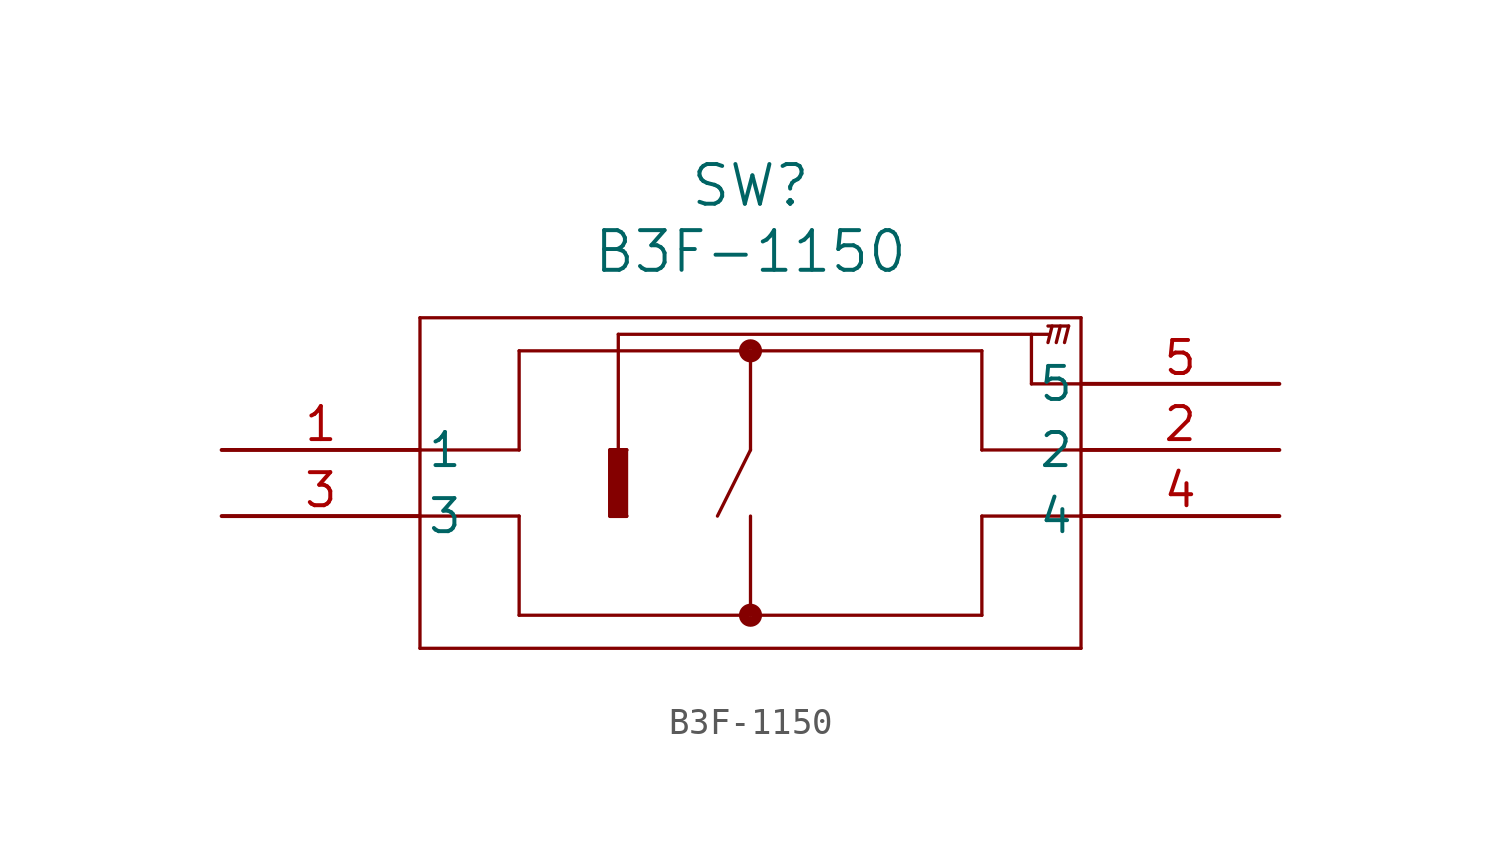
<source format=kicad_sym>
(kicad_symbol_lib
  (version 20211014)
  (generator kicad_symbol_editor)
  (symbol "B3F-1150"
    (pin_names
      (offset 0.254))
    (property "Reference" "SW"
      (at 20.32 10.16 0)
      (effects (font (size 1.524 1.524))))
    (property "Value" "B3F-1150"
      (at 20.32 7.62 0)
      (effects (font (size 1.524 1.524))))
    (symbol "B3F-1150_0_1"
      (polyline (pts (xy 7.62 5.08) (xy 7.62 -7.62)) (stroke (width 0.127) (type default) (color 0 0 0 0)) (fill (type none)))
      (polyline (pts (xy 7.62 -7.62) (xy 33.02 -7.62)) (stroke (width 0.127) (type default) (color 0 0 0 0)) (fill (type none)))
      (polyline (pts (xy 33.02 -7.62) (xy 33.02 5.08)) (stroke (width 0.127) (type default) (color 0 0 0 0)) (fill (type none)))
      (polyline (pts (xy 33.02 5.08) (xy 7.62 5.08)) (stroke (width 0.127) (type default) (color 0 0 0 0)) (fill (type none)))
      (polyline (pts (xy 7.62 0) (xy 11.43 0)) (stroke (width 0.127) (type default) (color 0 0 0 0)) (fill (type none)))
      (polyline (pts (xy 7.62 -2.54) (xy 11.43 -2.54)) (stroke (width 0.127) (type default) (color 0 0 0 0)) (fill (type none)))
      (polyline (pts (xy 33.02 0) (xy 29.21 0)) (stroke (width 0.127) (type default) (color 0 0 0 0)) (fill (type none)))
      (polyline (pts (xy 29.21 -2.54) (xy 33.02 -2.54)) (stroke (width 0.127) (type default) (color 0 0 0 0)) (fill (type none)))
      (polyline (pts (xy 29.21 0) (xy 29.21 3.81)) (stroke (width 0.127) (type default) (color 0 0 0 0)) (fill (type none)))
      (polyline (pts (xy 29.21 3.81) (xy 11.43 3.81)) (stroke (width 0.127) (type default) (color 0 0 0 0)) (fill (type none)))
      (polyline (pts (xy 11.43 0) (xy 11.43 3.81)) (stroke (width 0.127) (type default) (color 0 0 0 0)) (fill (type none)))
      (polyline (pts (xy 11.43 -2.54) (xy 11.43 -6.35)) (stroke (width 0.127) (type default) (color 0 0 0 0)) (fill (type none)))
      (polyline (pts (xy 11.43 -6.35) (xy 29.21 -6.35)) (stroke (width 0.127) (type default) (color 0 0 0 0)) (fill (type none)))
      (polyline (pts (xy 29.21 -6.35) (xy 29.21 -2.54)) (stroke (width 0.127) (type default) (color 0 0 0 0)) (fill (type none)))
      (circle (center 20.32 3.81) (radius 0.254) (stroke (width 0.381) (type default) (color 0 0 0 0)) (fill (type none)))
      (circle (center 20.32 -6.35) (radius 0.254) (stroke (width 0.381) (type default) (color 0 0 0 0)) (fill (type none)))
      (polyline (pts (xy 20.32 3.81) (xy 20.32 0)) (stroke (width 0.127) (type default) (color 0 0 0 0)) (fill (type none)))
      (polyline (pts (xy 20.32 -2.54) (xy 20.32 -6.35)) (stroke (width 0.127) (type default) (color 0 0 0 0)) (fill (type none)))
      (polyline (pts (xy 20.32 0) (xy 19.05 -2.54)) (stroke (width 0.127) (type default) (color 0 0 0 0)) (fill (type none)))
      (polyline (pts (xy 15.24 0) (xy 15.24 4.445)) (stroke (width 0.127) (type default) (color 0 0 0 0)) (fill (type none)))
      (polyline (pts (xy 15.24 4.445) (xy 31.75 4.445)) (stroke (width 0.127) (type default) (color 0 0 0 0)) (fill (type none)))
      (polyline (pts (xy 31.115 4.445) (xy 31.115 2.54)) (stroke (width 0.127) (type default) (color 0 0 0 0)) (fill (type none)))
      (polyline (pts (xy 31.115 2.54) (xy 33.02 2.54)) (stroke (width 0.127) (type default) (color 0 0 0 0)) (fill (type none)))
      (polyline (pts (xy 15.557 0) (xy 14.922 0) (xy 14.922 -2.54) (xy 15.557 -2.54)) (stroke (width 0) (type default) (color 0 0 0 0)) (fill (type outline)))
      (polyline (pts (xy 14.922 0) (xy 15.557 0)) (stroke (width 0.127) (type default) (color 0 0 0 0)) (fill (type none)))
      (polyline (pts (xy 15.557 -2.54) (xy 14.922 -2.54)) (stroke (width 0.127) (type default) (color 0 0 0 0)) (fill (type none)))
      (polyline (pts (xy 15.557 0) (xy 15.557 -2.54)) (stroke (width 0.127) (type default) (color 0 0 0 0)) (fill (type none)))
      (polyline (pts (xy 14.922 -2.54) (xy 14.922 0)) (stroke (width 0.127) (type default) (color 0 0 0 0)) (fill (type none)))
      (polyline (pts (xy 31.75 4.128) (xy 31.909 4.763)) (stroke (width 0.127) (type default) (color 0 0 0 0)) (fill (type none)))
      (polyline (pts (xy 32.068 4.128) (xy 32.226 4.763)) (stroke (width 0.127) (type default) (color 0 0 0 0)) (fill (type none)))
      (polyline (pts (xy 32.544 4.763) (xy 32.385 4.128)) (stroke (width 0.127) (type default) (color 0 0 0 0)) (fill (type none)))
      (polyline (pts (xy 31.75 4.763) (xy 32.544 4.763)) (stroke (width 0.127) (type default) (color 0 0 0 0)) (fill (type none)))
      (pin unspecified line (at 0 0 0) (length 7.62) (name "1" (effects (font (size 1.27 1.27)))) (number "1" (effects (font (size 1.27 1.27)))))
      (pin unspecified line (at 40.64 0 180) (length 7.62) (name "2" (effects (font (size 1.27 1.27)))) (number "2" (effects (font (size 1.27 1.27)))))
      (pin unspecified line (at 0 -2.54 0) (length 7.62) (name "3" (effects (font (size 1.27 1.27)))) (number "3" (effects (font (size 1.27 1.27)))))
      (pin unspecified line (at 40.64 -2.54 180) (length 7.62) (name "4" (effects (font (size 1.27 1.27)))) (number "4" (effects (font (size 1.27 1.27)))))
      (pin unspecified line (at 40.64 2.54 180) (length 7.62) (name "5" (effects (font (size 1.27 1.27)))) (number "5" (effects (font (size 1.27 1.27))))))))
</source>
